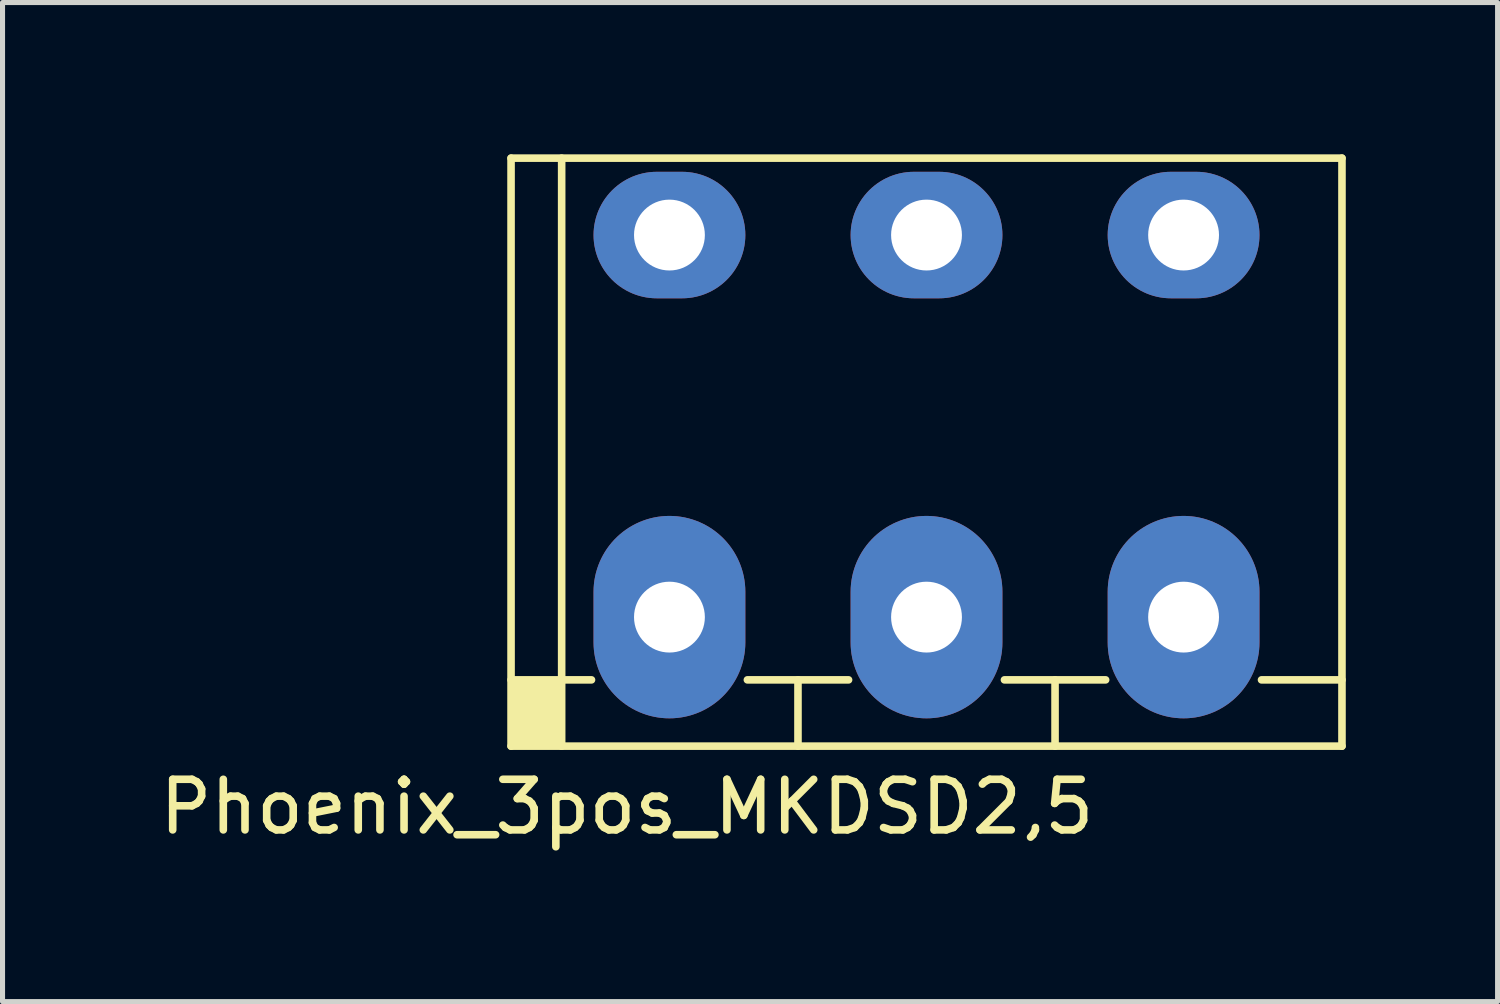
<source format=kicad_pcb>
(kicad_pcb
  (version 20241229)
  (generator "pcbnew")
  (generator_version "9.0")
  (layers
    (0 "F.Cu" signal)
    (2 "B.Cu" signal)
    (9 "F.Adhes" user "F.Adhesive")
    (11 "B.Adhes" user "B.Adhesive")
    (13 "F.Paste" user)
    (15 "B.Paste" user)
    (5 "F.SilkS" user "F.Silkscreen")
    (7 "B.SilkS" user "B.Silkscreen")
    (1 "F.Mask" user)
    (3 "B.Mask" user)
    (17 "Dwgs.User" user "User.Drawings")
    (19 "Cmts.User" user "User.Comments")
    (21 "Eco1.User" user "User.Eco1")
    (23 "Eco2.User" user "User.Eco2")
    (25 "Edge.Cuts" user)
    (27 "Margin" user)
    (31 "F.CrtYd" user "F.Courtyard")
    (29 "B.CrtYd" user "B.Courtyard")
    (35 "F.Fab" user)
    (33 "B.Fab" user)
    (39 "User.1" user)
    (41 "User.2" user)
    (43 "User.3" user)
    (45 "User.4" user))
  (footprint "Phoenix_3pos_MKDSD2,5"
    (layer "F.Cu")
    (at 15.259 5.885)
    (property "Reference" "Phoenix_3pos_MKDSD2,5" (at -5.92 7.01 0) (layer "F.SilkS") (effects (font (size 1 1) (thickness 0.15))))
    (attr through_hole)
    (fp_line (start -8.21 -5.81) (end -8.21 5.81) (stroke (width 0.15) (type solid)) (layer "F.SilkS"))
    (fp_line (start -8.21 -5.81) (end 8.21 -5.81) (stroke (width 0.15) (type solid)) (layer "F.SilkS"))
    (fp_line (start -8.21 4.5) (end -6.62 4.5) (stroke (width 0.15) (type solid)) (layer "F.SilkS"))
    (fp_line (start -8.21 5.81) (end 8.21 5.81) (stroke (width 0.15) (type solid)) (layer "F.SilkS"))
    (fp_line (start -7.21 -5.81) (end -7.21 5.81) (stroke (width 0.15) (type solid)) (layer "F.SilkS"))
    (fp_line (start -3.54 4.5) (end -1.54 4.5) (stroke (width 0.15) (type solid)) (layer "F.SilkS"))
    (fp_line (start -2.54 4.5) (end -2.54 5.81) (stroke (width 0.15) (type solid)) (layer "F.SilkS"))
    (fp_line (start 1.54 4.5) (end 3.54 4.5) (stroke (width 0.15) (type solid)) (layer "F.SilkS"))
    (fp_line (start 2.54 4.5) (end 2.54 5.81) (stroke (width 0.15) (type solid)) (layer "F.SilkS"))
    (fp_line (start 6.62 4.5) (end 8.21 4.5) (stroke (width 0.15) (type solid)) (layer "F.SilkS"))
    (fp_line (start 8.21 5.81) (end 8.21 -5.81) (stroke (width 0.15) (type solid)) (layer "F.SilkS"))
    (fp_poly (pts (xy -7.2 5.81) (xy -8.18 5.8) (xy -8.2 4.52) (xy -7.21 4.51)) (stroke (width 0.1) (type solid)) (fill yes) (layer "F.SilkS"))
    (pad "1" thru_hole oval (at -5.08 -4.29 270) (size 2.5 3) (drill 1.4) (layers "*.Cu" "*.Mask"))
    (pad "1" thru_hole oval (at -5.08 3.26) (size 3 4) (drill 1.4) (layers "*.Cu" "*.Mask"))
    (pad "2" thru_hole oval (at 0 -4.29 270) (size 2.5 3) (drill 1.4) (layers "*.Cu" "*.Mask"))
    (pad "2" thru_hole oval (at 0 3.26) (size 3 4) (drill 1.4) (layers "*.Cu" "*.Mask"))
    (pad "3" thru_hole oval (at 5.08 -4.29 270) (size 2.5 3) (drill 1.4) (layers "*.Cu" "*.Mask"))
    (pad "3" thru_hole oval (at 5.08 3.26) (size 3 4) (drill 1.4) (layers "*.Cu" "*.Mask")))
  (gr_rect
    (start -3 -3)
    (end 26.544 16.743)
    (stroke (width 0.1) (type default))
    (fill no)
    (layer "Edge.Cuts")))
</source>
